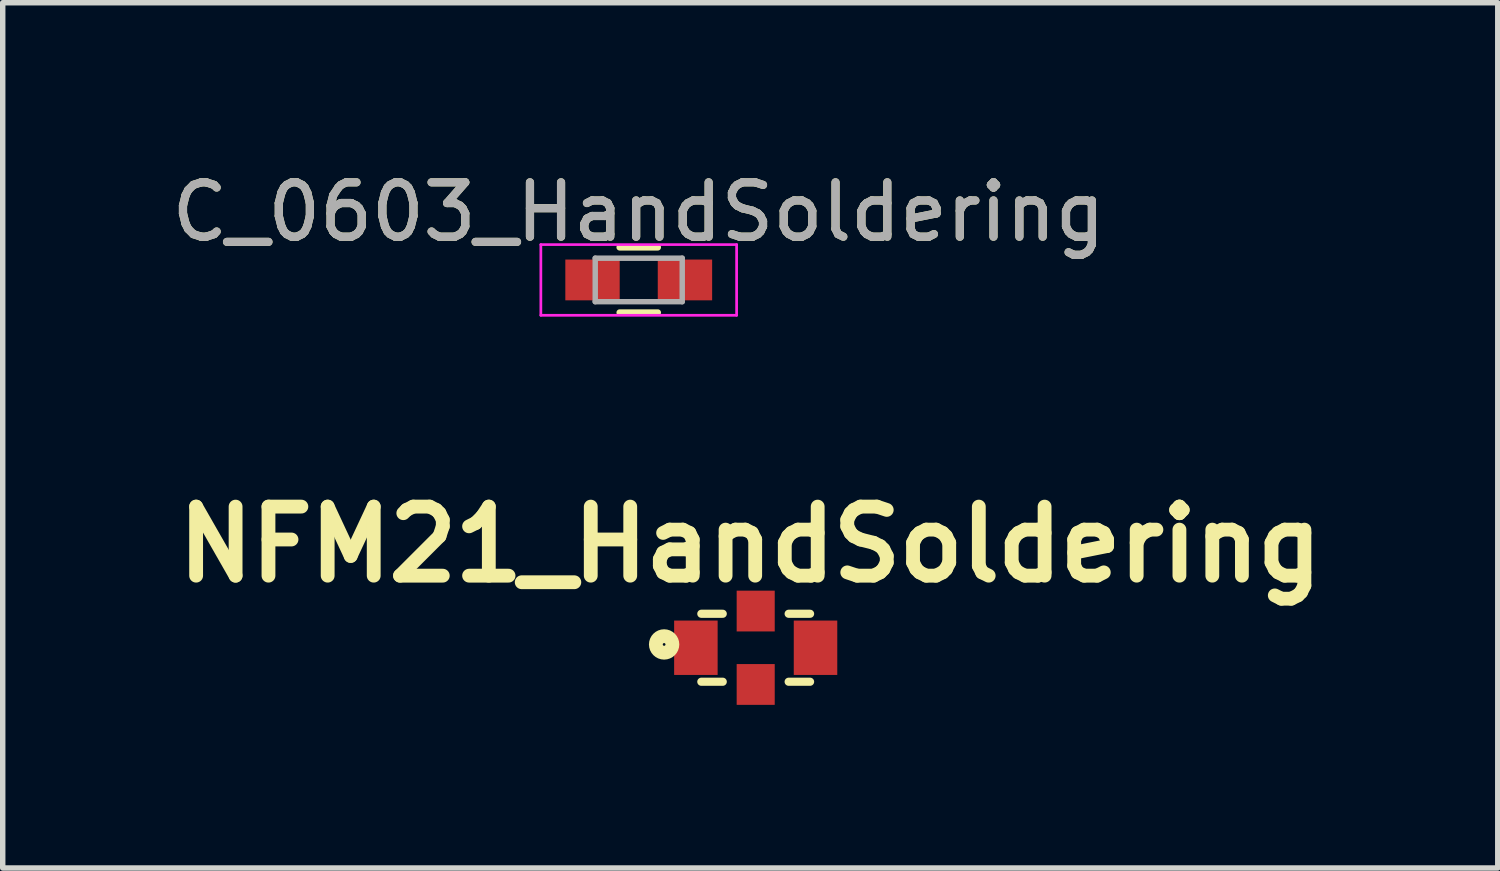
<source format=kicad_pcb>
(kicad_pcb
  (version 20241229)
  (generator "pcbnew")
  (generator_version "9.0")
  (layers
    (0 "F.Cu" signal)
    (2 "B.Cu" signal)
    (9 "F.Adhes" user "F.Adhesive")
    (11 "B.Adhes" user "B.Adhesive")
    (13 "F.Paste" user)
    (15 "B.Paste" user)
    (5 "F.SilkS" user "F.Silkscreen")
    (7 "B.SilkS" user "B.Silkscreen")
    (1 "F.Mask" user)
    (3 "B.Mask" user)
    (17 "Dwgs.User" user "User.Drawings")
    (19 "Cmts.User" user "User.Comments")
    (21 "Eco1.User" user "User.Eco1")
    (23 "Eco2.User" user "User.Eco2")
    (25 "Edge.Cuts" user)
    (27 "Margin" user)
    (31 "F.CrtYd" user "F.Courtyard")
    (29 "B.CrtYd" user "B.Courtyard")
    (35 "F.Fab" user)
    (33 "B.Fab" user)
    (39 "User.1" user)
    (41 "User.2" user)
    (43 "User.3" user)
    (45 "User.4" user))
  (footprint "NFM21_HandSoldering"
    (layer "F.Cu")
    (at 10.847 8.862)
    (property "Reference" "NFM21_HandSoldering" (at -0.1 -1.9 0) (layer "F.SilkS") (effects (font (size 1.27 1.27) (thickness 0.254))))
    (attr smd)
    (fp_line (start -1 -0.625) (end -0.606 -0.625) (stroke (width 0.15) (type solid)) (layer "F.SilkS"))
    (fp_line (start -1 0.625) (end -0.606 0.625) (stroke (width 0.15) (type solid)) (layer "F.SilkS"))
    (fp_line (start 1 -0.625) (end 0.606 -0.625) (stroke (width 0.15) (type solid)) (layer "F.SilkS"))
    (fp_line (start 1 0.625) (end 0.606 0.625) (stroke (width 0.15) (type solid)) (layer "F.SilkS"))
    (fp_circle (center -1.684 -0.061) (end -1.709 -0.061) (stroke (width 0.254) (type solid)) (fill no) (layer "F.SilkS"))
    (pad "1" smd rect (at -1.1 0) (size 0.8 1) (layers "F.Cu" "F.Mask" "F.Paste"))
    (pad "2" smd rect (at 0 0.675) (size 0.7 0.75) (layers "F.Cu" "F.Mask" "F.Paste"))
    (pad "3" smd rect (at 0 -0.675) (size 0.7 0.75) (layers "F.Cu" "F.Mask" "F.Paste"))
    (pad "4" smd rect (at 1.1 0) (size 0.8 1) (layers "F.Cu" "F.Mask" "F.Paste")))
  (footprint "C_0603_HandSoldering"
    (layer "F.Cu")
    (at 8.696 2.098)
    (property "Reference" "C_0603_HandSoldering" (at 0 -1.25 0) (layer "F.SilkS") (effects (font (size 1 1) (thickness 0.15))))
    (attr smd)
    (fp_line (start -0.35 -0.6) (end 0.35 -0.6) (stroke (width 0.12) (type solid)) (layer "F.SilkS"))
    (fp_line (start 0.35 0.6) (end -0.35 0.6) (stroke (width 0.12) (type solid)) (layer "F.SilkS"))
    (fp_line (start -1.8 -0.65) (end -1.8 0.65) (stroke (width 0.05) (type solid)) (layer "F.CrtYd"))
    (fp_line (start -1.8 -0.65) (end 1.8 -0.65) (stroke (width 0.05) (type solid)) (layer "F.CrtYd"))
    (fp_line (start 1.8 0.65) (end -1.8 0.65) (stroke (width 0.05) (type solid)) (layer "F.CrtYd"))
    (fp_line (start 1.8 0.65) (end 1.8 -0.65) (stroke (width 0.05) (type solid)) (layer "F.CrtYd"))
    (fp_line (start -0.8 -0.4) (end 0.8 -0.4) (stroke (width 0.1) (type solid)) (layer "F.Fab"))
    (fp_line (start -0.8 0.4) (end -0.8 -0.4) (stroke (width 0.1) (type solid)) (layer "F.Fab"))
    (fp_line (start 0.8 -0.4) (end 0.8 0.4) (stroke (width 0.1) (type solid)) (layer "F.Fab"))
    (fp_line (start 0.8 0.4) (end -0.8 0.4) (stroke (width 0.1) (type solid)) (layer "F.Fab"))
    (fp_text user "${REFERENCE}" (at 0 -1.25 0) (layer "F.Fab") (effects (font (size 1 1) (thickness 0.15))))
    (pad "1" smd rect (at -0.85 0) (size 1 0.75) (layers "F.Cu" "F.Mask" "F.Paste"))
    (pad "2" smd rect (at 0.85 0) (size 1 0.75) (layers "F.Cu" "F.Mask" "F.Paste")))
  (gr_rect
    (start -3 -3)
    (end 24.493 12.912)
    (stroke (width 0.1) (type default))
    (fill no)
    (layer "Edge.Cuts")))
</source>
